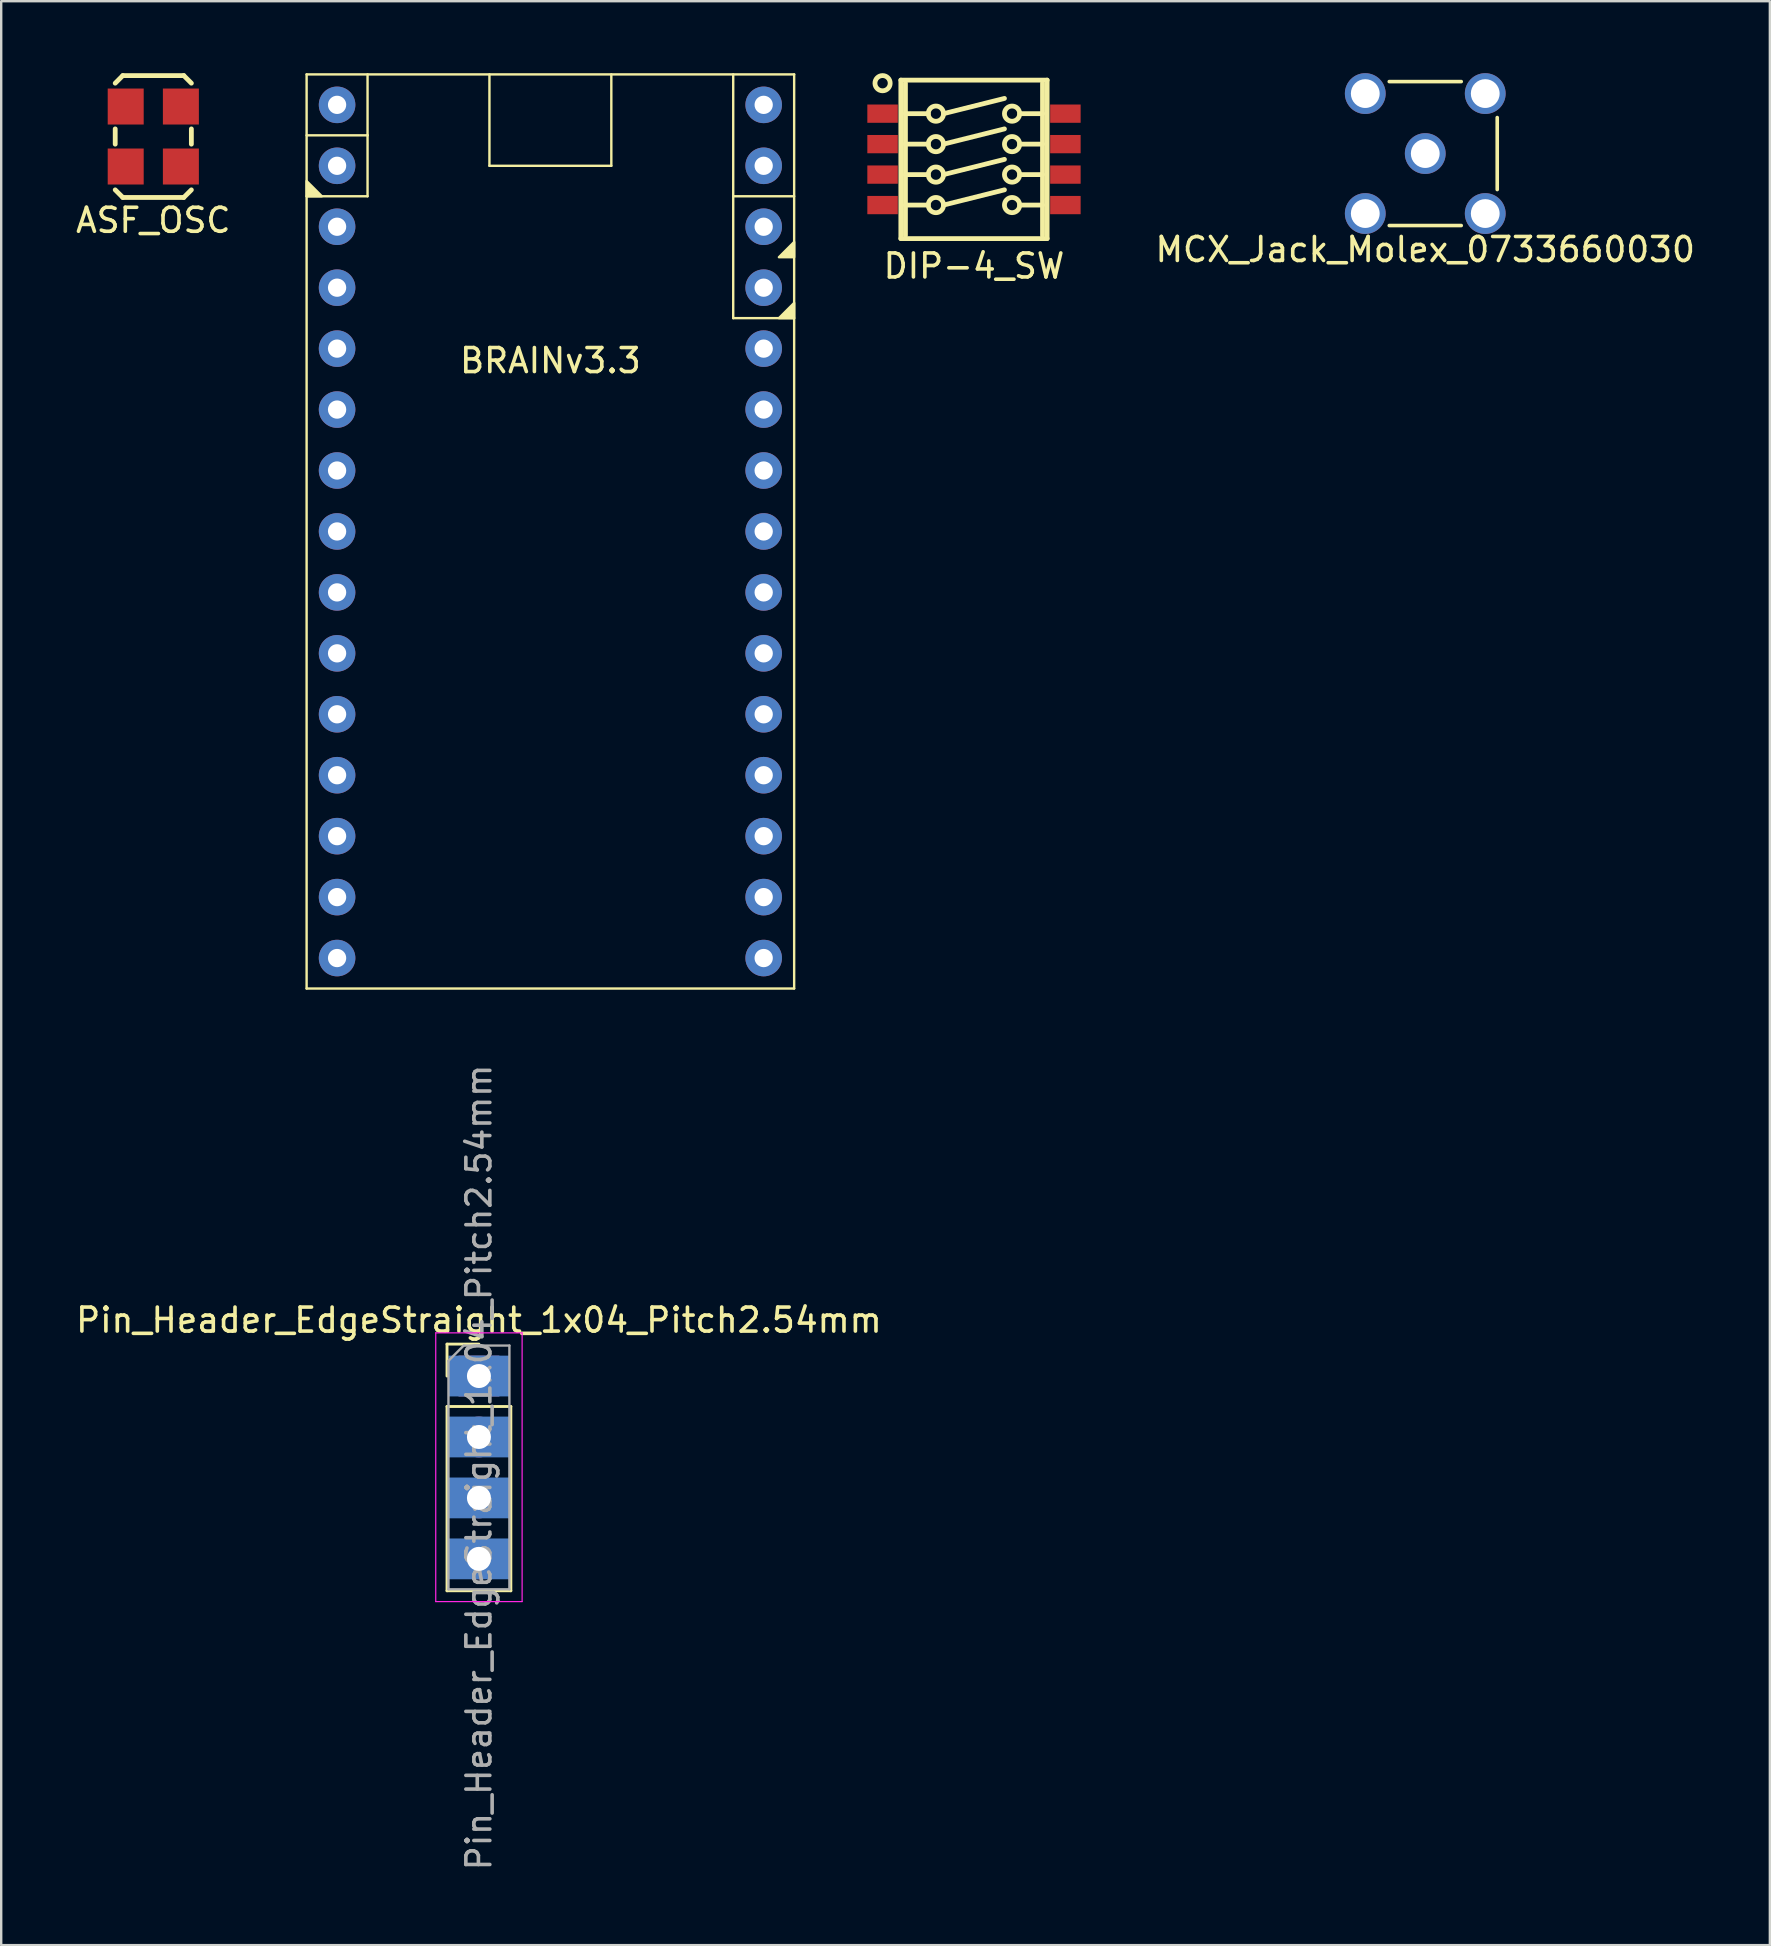
<source format=kicad_pcb>
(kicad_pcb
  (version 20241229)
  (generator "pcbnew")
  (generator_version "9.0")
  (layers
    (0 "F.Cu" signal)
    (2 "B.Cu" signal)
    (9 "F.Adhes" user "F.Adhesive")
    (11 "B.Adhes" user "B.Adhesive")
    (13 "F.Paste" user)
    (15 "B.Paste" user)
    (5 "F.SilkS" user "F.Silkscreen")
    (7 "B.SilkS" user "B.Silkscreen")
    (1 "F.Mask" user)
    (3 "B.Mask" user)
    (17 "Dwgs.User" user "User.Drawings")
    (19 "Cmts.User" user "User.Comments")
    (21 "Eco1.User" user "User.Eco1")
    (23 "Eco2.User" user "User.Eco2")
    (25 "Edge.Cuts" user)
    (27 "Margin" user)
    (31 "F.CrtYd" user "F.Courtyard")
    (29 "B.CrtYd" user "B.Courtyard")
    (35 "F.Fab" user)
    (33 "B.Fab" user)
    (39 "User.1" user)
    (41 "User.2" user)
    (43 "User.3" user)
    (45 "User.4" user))
  (footprint "MCX_Jack_Molex_0733660030"
    (layer "F.Cu")
    (at 56.352 3.35)
    (property "Reference" "MCX_Jack_Molex_0733660030" (at 0 4 0) (layer "F.SilkS") (effects (font (size 1 1) (thickness 0.15))))
    (attr through_hole)
    (fp_line (start -1.5 3) (end 1.5 3) (stroke (width 0.15) (type solid)) (layer "F.SilkS"))
    (fp_line (start 1.5 -3) (end -1.5 -3) (stroke (width 0.15) (type solid)) (layer "F.SilkS"))
    (fp_line (start 3 1.5) (end 3 -1.5) (stroke (width 0.15) (type solid)) (layer "F.SilkS"))
    (pad "1" thru_hole circle (at 0 0) (size 1.7 1.7) (drill 1.2) (layers "*.Cu" "*.Mask"))
    (pad "2" thru_hole circle (at -2.5 -2.5) (size 1.7 1.7) (drill 1.2) (layers "*.Cu" "*.Mask"))
    (pad "2" thru_hole circle (at -2.5 2.5) (size 1.7 1.7) (drill 1.2) (layers "*.Cu" "*.Mask"))
    (pad "2" thru_hole circle (at 2.5 -2.5) (size 1.7 1.7) (drill 1.2) (layers "*.Cu" "*.Mask"))
    (pad "2" thru_hole circle (at 2.5 2.5) (size 1.7 1.7) (drill 1.2) (layers "*.Cu" "*.Mask")))
  (footprint "DIP-4_SW"
    (layer "F.Cu")
    (at 37.544 3.592)
    (property "Reference" "DIP-4_SW" (at 0 4.445 0) (layer "F.SilkS") (effects (font (size 1 1) (thickness 0.15))))
    (attr through_hole)
    (fp_line (start -3.048 -3.302) (end -3.048 3.302) (stroke (width 0.2) (type solid)) (layer "F.SilkS"))
    (fp_line (start -3.048 3.302) (end 3.048 3.302) (stroke (width 0.2) (type solid)) (layer "F.SilkS"))
    (fp_line (start -2.857 -3.175) (end -2.857 3.175) (stroke (width 0.2) (type solid)) (layer "F.SilkS"))
    (fp_line (start -2.857 -1.905) (end -1.905 -1.905) (stroke (width 0.2) (type solid)) (layer "F.SilkS"))
    (fp_line (start -2.857 -0.635) (end -1.905 -0.635) (stroke (width 0.2) (type solid)) (layer "F.SilkS"))
    (fp_line (start -2.857 0.635) (end -1.905 0.635) (stroke (width 0.2) (type solid)) (layer "F.SilkS"))
    (fp_line (start -2.857 1.905) (end -1.905 1.905) (stroke (width 0.2) (type solid)) (layer "F.SilkS"))
    (fp_line (start -1.27 -1.905) (end 1.27 -2.54) (stroke (width 0.2) (type solid)) (layer "F.SilkS"))
    (fp_line (start -1.27 -0.635) (end 1.27 -1.27) (stroke (width 0.2) (type solid)) (layer "F.SilkS"))
    (fp_line (start -1.27 0.635) (end 1.27 0) (stroke (width 0.2) (type solid)) (layer "F.SilkS"))
    (fp_line (start -1.27 1.905) (end 1.27 1.27) (stroke (width 0.2) (type solid)) (layer "F.SilkS"))
    (fp_line (start 1.905 -1.905) (end 2.857 -1.905) (stroke (width 0.2) (type solid)) (layer "F.SilkS"))
    (fp_line (start 1.905 -0.635) (end 2.857 -0.635) (stroke (width 0.2) (type solid)) (layer "F.SilkS"))
    (fp_line (start 1.905 0.635) (end 2.857 0.635) (stroke (width 0.2) (type solid)) (layer "F.SilkS"))
    (fp_line (start 1.905 1.905) (end 2.857 1.905) (stroke (width 0.2) (type solid)) (layer "F.SilkS"))
    (fp_line (start 2.857 3.175) (end 2.857 -3.175) (stroke (width 0.2) (type solid)) (layer "F.SilkS"))
    (fp_line (start 3.048 -3.302) (end -3.048 -3.302) (stroke (width 0.2) (type solid)) (layer "F.SilkS"))
    (fp_line (start 3.048 3.302) (end 3.048 -3.302) (stroke (width 0.2) (type solid)) (layer "F.SilkS"))
    (fp_circle (center -3.81 -3.175) (end -3.493 -3.175) (stroke (width 0.2) (type solid)) (fill no) (layer "F.SilkS"))
    (fp_circle (center -1.587 -1.905) (end -1.905 -1.905) (stroke (width 0.2) (type solid)) (fill no) (layer "F.SilkS"))
    (fp_circle (center -1.587 -0.635) (end -1.905 -0.635) (stroke (width 0.2) (type solid)) (fill no) (layer "F.SilkS"))
    (fp_circle (center -1.587 0.635) (end -1.905 0.635) (stroke (width 0.2) (type solid)) (fill no) (layer "F.SilkS"))
    (fp_circle (center -1.587 1.905) (end -1.905 1.905) (stroke (width 0.2) (type solid)) (fill no) (layer "F.SilkS"))
    (fp_circle (center 1.587 -1.905) (end 1.27 -1.905) (stroke (width 0.2) (type solid)) (fill no) (layer "F.SilkS"))
    (fp_circle (center 1.587 -0.635) (end 1.27 -0.635) (stroke (width 0.2) (type solid)) (fill no) (layer "F.SilkS"))
    (fp_circle (center 1.587 0.635) (end 1.27 0.635) (stroke (width 0.2) (type solid)) (fill no) (layer "F.SilkS"))
    (fp_circle (center 1.587 1.905) (end 1.27 1.905) (stroke (width 0.2) (type solid)) (fill no) (layer "F.SilkS"))
    (pad "1" smd rect (at -3.81 -1.905) (size 1.27 0.762) (layers "F.Cu" "F.Mask" "F.Paste"))
    (pad "2" smd rect (at -3.81 -0.635) (size 1.27 0.762) (layers "F.Cu" "F.Mask" "F.Paste"))
    (pad "3" smd rect (at -3.81 0.635) (size 1.27 0.762) (layers "F.Cu" "F.Mask" "F.Paste"))
    (pad "4" smd rect (at -3.81 1.905) (size 1.27 0.762) (layers "F.Cu" "F.Mask" "F.Paste"))
    (pad "5" smd rect (at 3.81 1.905) (size 1.27 0.762) (layers "F.Cu" "F.Mask" "F.Paste"))
    (pad "6" smd rect (at 3.81 0.635) (size 1.27 0.762) (layers "F.Cu" "F.Mask" "F.Paste"))
    (pad "7" smd rect (at 3.81 -0.635) (size 1.27 0.762) (layers "F.Cu" "F.Mask" "F.Paste"))
    (pad "8" smd rect (at 3.81 -1.905) (size 1.27 0.762) (layers "F.Cu" "F.Mask" "F.Paste")))
  (footprint "Pin_Header_EdgeStraight_1x04_Pitch2.54mm"
    (layer "F.Cu")
    (at 16.911 58.111)
    (property "Reference" "Pin_Header_EdgeStraight_1x04_Pitch2.54mm" (at 0 -6.14 0) (layer "F.SilkS") (effects (font (size 1 1) (thickness 0.15))))
    (attr through_hole)
    (fp_line (start -1.33 -5.14) (end 0 -5.14) (stroke (width 0.12) (type solid)) (layer "F.SilkS"))
    (fp_line (start -1.33 -3.81) (end -1.33 -5.14) (stroke (width 0.12) (type solid)) (layer "F.SilkS"))
    (fp_line (start -1.33 -2.54) (end -1.33 5.14) (stroke (width 0.12) (type solid)) (layer "F.SilkS"))
    (fp_line (start -1.33 -2.54) (end 1.33 -2.54) (stroke (width 0.12) (type solid)) (layer "F.SilkS"))
    (fp_line (start -1.33 5.14) (end 1.33 5.14) (stroke (width 0.12) (type solid)) (layer "F.SilkS"))
    (fp_line (start 1.33 -2.54) (end 1.33 5.14) (stroke (width 0.12) (type solid)) (layer "F.SilkS"))
    (fp_line (start -1.8 -5.61) (end -1.8 5.59) (stroke (width 0.05) (type solid)) (layer "F.CrtYd"))
    (fp_line (start -1.8 5.59) (end 1.8 5.59) (stroke (width 0.05) (type solid)) (layer "F.CrtYd"))
    (fp_line (start 1.8 -5.61) (end -1.8 -5.61) (stroke (width 0.05) (type solid)) (layer "F.CrtYd"))
    (fp_line (start 1.8 5.59) (end 1.8 -5.61) (stroke (width 0.05) (type solid)) (layer "F.CrtYd"))
    (fp_line (start -1.27 -4.445) (end -0.635 -5.08) (stroke (width 0.1) (type solid)) (layer "F.Fab"))
    (fp_line (start -1.27 5.08) (end -1.27 -4.445) (stroke (width 0.1) (type solid)) (layer "F.Fab"))
    (fp_line (start -0.635 -5.08) (end 1.27 -5.08) (stroke (width 0.1) (type solid)) (layer "F.Fab"))
    (fp_line (start 1.27 -5.08) (end 1.27 5.08) (stroke (width 0.1) (type solid)) (layer "F.Fab"))
    (fp_line (start 1.27 5.08) (end -1.27 5.08) (stroke (width 0.1) (type solid)) (layer "F.Fab"))
    (fp_text user "${REFERENCE}" (at 0 0 90) (layer "F.Fab") (effects (font (size 1 1) (thickness 0.15))))
    (pad "1" thru_hole rect (at 0 -3.81) (size 1.7 1.7) (drill 1) (layers "*.Cu" "*.Mask"))
    (pad "1" smd rect (at 0 -3.81) (size 2.54 1.7) (layers "F.Mask" "B.Cu" "F.Paste"))
    (pad "2" thru_hole oval (at 0 -1.27) (size 1.7 1.7) (drill 1) (layers "*.Cu" "*.Mask"))
    (pad "2" smd rect (at 0 -1.27) (size 2.54 1.7) (layers "F.Mask" "B.Cu" "F.Paste"))
    (pad "3" thru_hole oval (at 0 1.27) (size 1.7 1.7) (drill 1) (layers "*.Cu" "*.Mask"))
    (pad "3" smd rect (at 0 1.27) (size 2.54 1.7) (layers "F.Mask" "B.Cu" "F.Paste"))
    (pad "4" thru_hole oval (at 0 3.81) (size 1.7 1.7) (drill 1) (layers "*.Cu" "*.Mask"))
    (pad "4" smd rect (at 0 3.81) (size 2.54 1.7) (layers "F.Mask" "B.Cu" "F.Paste")))
  (footprint "BRAINv3.3"
    (layer "F.Cu")
    (at 18.619 5.13)
    (property "Reference" "BRAINv3.3" (at 1.27 6.85 0) (layer "F.SilkS") (effects (font (size 1 1) (thickness 0.15))))
    (attr through_hole)
    (fp_line (start -8.89 -5.08) (end -8.89 33.02) (stroke (width 0.1) (type solid)) (layer "F.SilkS"))
    (fp_line (start -8.89 -2.54) (end -6.35 -2.54) (stroke (width 0.1) (type solid)) (layer "F.SilkS"))
    (fp_line (start -8.89 0) (end -6.35 0) (stroke (width 0.1) (type solid)) (layer "F.SilkS"))
    (fp_line (start -8.89 33.02) (end 11.43 33.02) (stroke (width 0.1) (type solid)) (layer "F.SilkS"))
    (fp_line (start -6.35 -2.54) (end -6.35 -5.08) (stroke (width 0.1) (type solid)) (layer "F.SilkS"))
    (fp_line (start -6.35 0) (end -6.35 -2.54) (stroke (width 0.1) (type solid)) (layer "F.SilkS"))
    (fp_line (start -1.27 -5.08) (end -1.27 -1.27) (stroke (width 0.1) (type solid)) (layer "F.SilkS"))
    (fp_line (start -1.27 -1.27) (end 3.81 -1.27) (stroke (width 0.1) (type solid)) (layer "F.SilkS"))
    (fp_line (start 3.81 -1.27) (end 3.81 -5.08) (stroke (width 0.1) (type solid)) (layer "F.SilkS"))
    (fp_line (start 8.89 -5.08) (end 8.89 0) (stroke (width 0.1) (type solid)) (layer "F.SilkS"))
    (fp_line (start 8.89 0) (end 8.89 5.08) (stroke (width 0.1) (type solid)) (layer "F.SilkS"))
    (fp_line (start 8.89 0) (end 11.43 0) (stroke (width 0.1) (type solid)) (layer "F.SilkS"))
    (fp_line (start 8.89 5.08) (end 11.43 5.08) (stroke (width 0.1) (type solid)) (layer "F.SilkS"))
    (fp_line (start 11.43 -5.08) (end -8.89 -5.08) (stroke (width 0.1) (type solid)) (layer "F.SilkS"))
    (fp_line (start 11.43 33.02) (end 11.43 -5.08) (stroke (width 0.1) (type solid)) (layer "F.SilkS"))
    (fp_poly (pts (xy -8.89 -0.635) (xy -8.255 0) (xy -8.89 0)) (stroke (width 0.1) (type solid)) (fill yes) (layer "F.SilkS"))
    (fp_poly (pts (xy 11.43 1.905) (xy 10.795 2.54) (xy 11.43 2.54)) (stroke (width 0.1) (type solid)) (fill yes) (layer "F.SilkS"))
    (fp_poly (pts (xy 11.43 4.445) (xy 10.795 5.08) (xy 11.43 5.08)) (stroke (width 0.1) (type solid)) (fill yes) (layer "F.SilkS"))
    (pad "1" thru_hole circle (at -7.62 -3.81) (size 1.524 1.524) (drill 0.762) (layers "*.Cu" "*.Mask"))
    (pad "2" thru_hole circle (at -7.62 -1.27) (size 1.524 1.524) (drill 0.762) (layers "*.Cu" "*.Mask"))
    (pad "3" thru_hole circle (at -7.62 1.27) (size 1.524 1.524) (drill 0.762) (layers "*.Cu" "*.Mask"))
    (pad "4" thru_hole circle (at -7.62 3.81) (size 1.524 1.524) (drill 0.762) (layers "*.Cu" "*.Mask"))
    (pad "5" thru_hole circle (at -7.62 6.35) (size 1.524 1.524) (drill 0.762) (layers "*.Cu" "*.Mask"))
    (pad "6" thru_hole circle (at -7.62 8.89) (size 1.524 1.524) (drill 0.762) (layers "*.Cu" "*.Mask"))
    (pad "7" thru_hole circle (at -7.62 11.43) (size 1.524 1.524) (drill 0.762) (layers "*.Cu" "*.Mask"))
    (pad "8" thru_hole circle (at -7.62 13.97) (size 1.524 1.524) (drill 0.762) (layers "*.Cu" "*.Mask"))
    (pad "9" thru_hole circle (at -7.62 16.51) (size 1.524 1.524) (drill 0.762) (layers "*.Cu" "*.Mask"))
    (pad "10" thru_hole circle (at -7.62 19.05) (size 1.524 1.524) (drill 0.762) (layers "*.Cu" "*.Mask"))
    (pad "11" thru_hole circle (at -7.62 21.59) (size 1.524 1.524) (drill 0.762) (layers "*.Cu" "*.Mask"))
    (pad "12" thru_hole circle (at -7.62 24.13) (size 1.524 1.524) (drill 0.762) (layers "*.Cu" "*.Mask"))
    (pad "13" thru_hole circle (at -7.62 26.67) (size 1.524 1.524) (drill 0.762) (layers "*.Cu" "*.Mask"))
    (pad "14" thru_hole circle (at -7.62 29.21) (size 1.524 1.524) (drill 0.762) (layers "*.Cu" "*.Mask"))
    (pad "15" thru_hole circle (at -7.62 31.75) (size 1.524 1.524) (drill 0.762) (layers "*.Cu" "*.Mask"))
    (pad "16" thru_hole circle (at 10.16 -3.81) (size 1.524 1.524) (drill 0.762) (layers "*.Cu" "*.Mask"))
    (pad "17" thru_hole circle (at 10.16 -1.27) (size 1.524 1.524) (drill 0.762) (layers "*.Cu" "*.Mask"))
    (pad "18" thru_hole circle (at 10.16 1.27) (size 1.524 1.524) (drill 0.762) (layers "*.Cu" "*.Mask"))
    (pad "19" thru_hole circle (at 10.16 3.81) (size 1.524 1.524) (drill 0.762) (layers "*.Cu" "*.Mask"))
    (pad "20" thru_hole circle (at 10.16 6.35) (size 1.524 1.524) (drill 0.762) (layers "*.Cu" "*.Mask"))
    (pad "21" thru_hole circle (at 10.16 8.89) (size 1.524 1.524) (drill 0.762) (layers "*.Cu" "*.Mask"))
    (pad "22" thru_hole circle (at 10.16 11.43) (size 1.524 1.524) (drill 0.762) (layers "*.Cu" "*.Mask"))
    (pad "23" thru_hole circle (at 10.16 13.97) (size 1.524 1.524) (drill 0.762) (layers "*.Cu" "*.Mask"))
    (pad "24" thru_hole circle (at 10.16 16.51) (size 1.524 1.524) (drill 0.762) (layers "*.Cu" "*.Mask"))
    (pad "25" thru_hole circle (at 10.16 19.05) (size 1.524 1.524) (drill 0.762) (layers "*.Cu" "*.Mask"))
    (pad "26" thru_hole circle (at 10.16 21.59) (size 1.524 1.524) (drill 0.762) (layers "*.Cu" "*.Mask"))
    (pad "27" thru_hole circle (at 10.16 24.13) (size 1.524 1.524) (drill 0.762) (layers "*.Cu" "*.Mask"))
    (pad "28" thru_hole circle (at 10.16 26.67) (size 1.524 1.524) (drill 0.762) (layers "*.Cu" "*.Mask"))
    (pad "29" thru_hole circle (at 10.16 29.21) (size 1.524 1.524) (drill 0.762) (layers "*.Cu" "*.Mask"))
    (pad "30" thru_hole circle (at 10.16 31.75) (size 1.524 1.524) (drill 0.762) (layers "*.Cu" "*.Mask")))
  (footprint "ASF_OSC"
    (layer "F.Cu")
    (at 3.339 2.64)
    (property "Reference" "ASF_OSC" (at 0 3.493 0) (layer "F.SilkS") (effects (font (size 1 1) (thickness 0.15))))
    (attr through_hole)
    (fp_line (start -1.587 -0.318) (end -1.587 0.318) (stroke (width 0.2) (type solid)) (layer "F.SilkS"))
    (fp_line (start -1.587 2.223) (end -1.27 2.54) (stroke (width 0.2) (type solid)) (layer "F.SilkS"))
    (fp_line (start -1.27 -2.54) (end -1.587 -2.223) (stroke (width 0.2) (type solid)) (layer "F.SilkS"))
    (fp_line (start -1.27 -2.54) (end 1.27 -2.54) (stroke (width 0.2) (type solid)) (layer "F.SilkS"))
    (fp_line (start -1.27 2.54) (end 1.27 2.54) (stroke (width 0.2) (type solid)) (layer "F.SilkS"))
    (fp_line (start 1.27 -2.54) (end 1.587 -2.223) (stroke (width 0.2) (type solid)) (layer "F.SilkS"))
    (fp_line (start 1.587 -0.318) (end 1.587 0.318) (stroke (width 0.2) (type solid)) (layer "F.SilkS"))
    (fp_line (start 1.587 2.223) (end 1.27 2.54) (stroke (width 0.2) (type solid)) (layer "F.SilkS"))
    (pad "1" smd rect (at -1.15 -1.25) (size 1.5 1.5) (layers "F.Cu" "F.Mask" "F.Paste"))
    (pad "2" smd rect (at -1.15 1.25) (size 1.5 1.5) (layers "F.Cu" "F.Mask" "F.Paste"))
    (pad "3" smd rect (at 1.15 1.25) (size 1.5 1.5) (layers "F.Cu" "F.Mask" "F.Paste"))
    (pad "4" smd rect (at 1.15 -1.25) (size 1.5 1.5) (layers "F.Cu" "F.Mask" "F.Paste")))
  (gr_rect
    (start -3 -3)
    (end 70.715 78.021)
    (stroke (width 0.1) (type default))
    (fill no)
    (layer "Edge.Cuts")))
</source>
